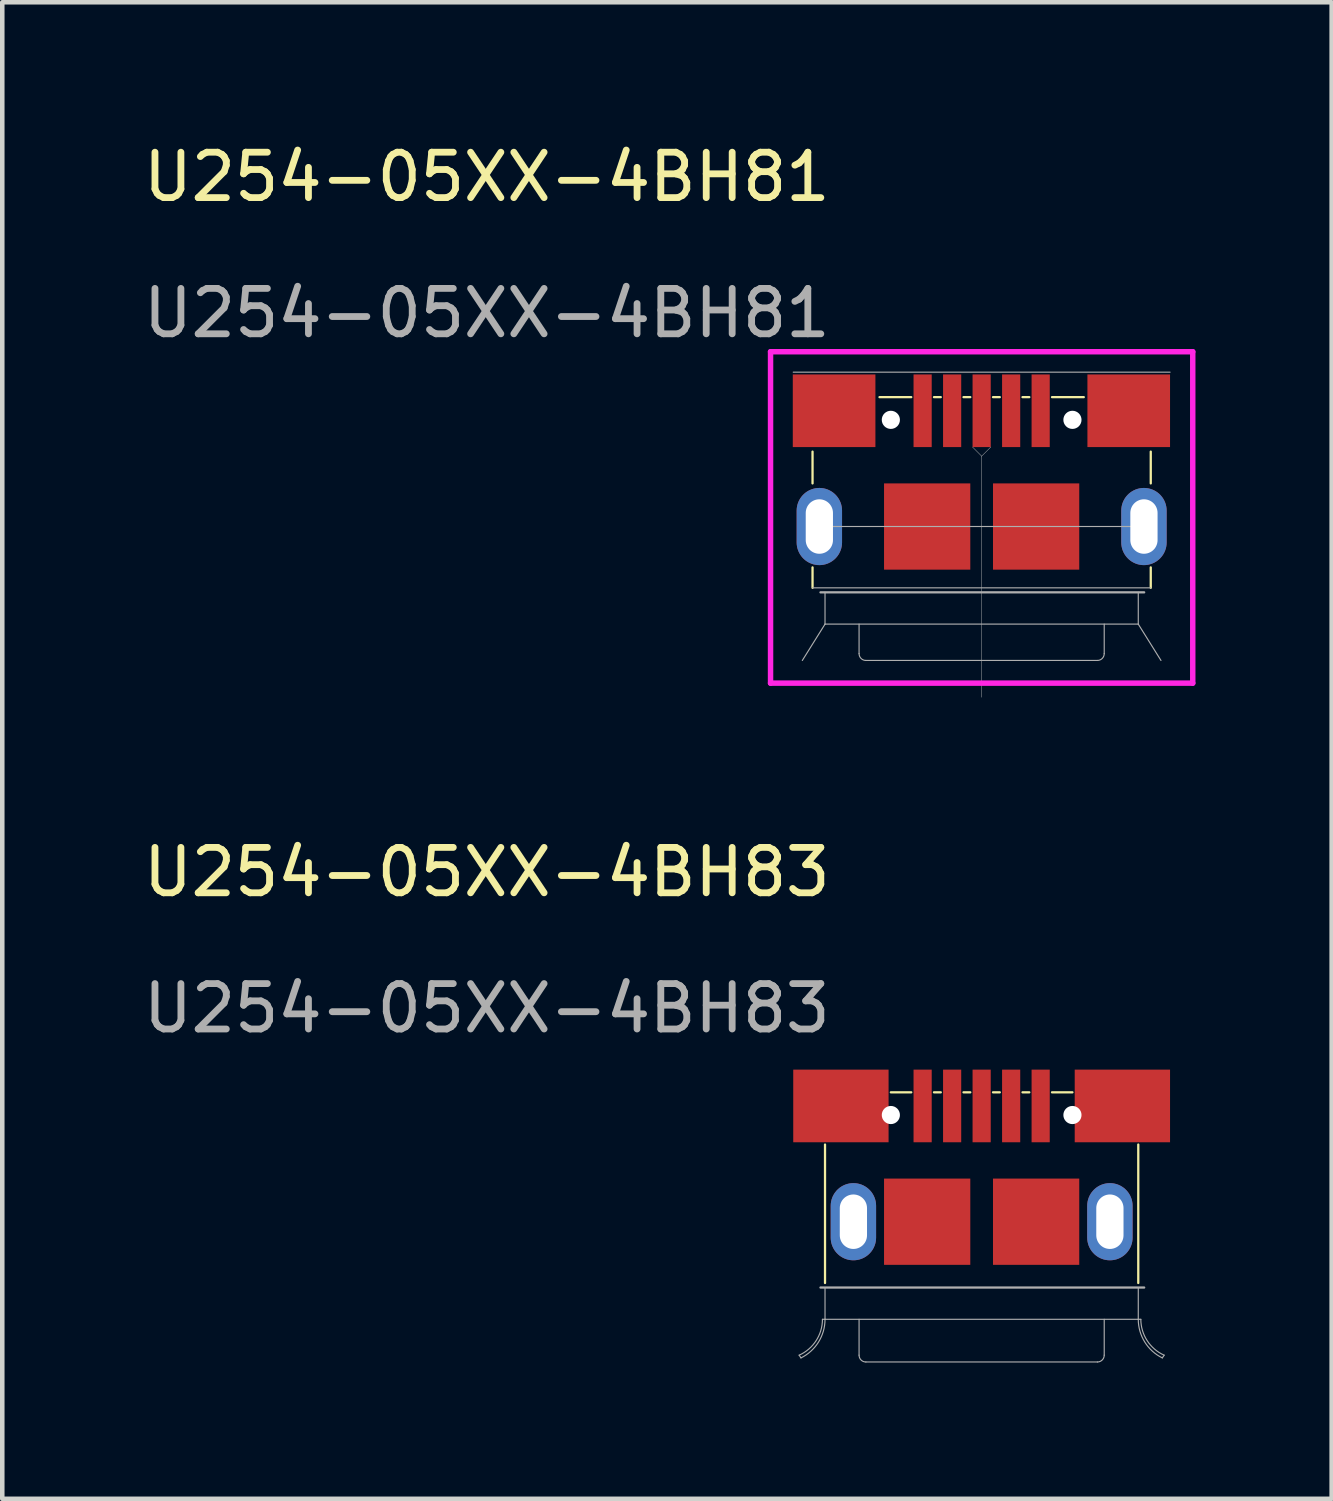
<source format=kicad_pcb>
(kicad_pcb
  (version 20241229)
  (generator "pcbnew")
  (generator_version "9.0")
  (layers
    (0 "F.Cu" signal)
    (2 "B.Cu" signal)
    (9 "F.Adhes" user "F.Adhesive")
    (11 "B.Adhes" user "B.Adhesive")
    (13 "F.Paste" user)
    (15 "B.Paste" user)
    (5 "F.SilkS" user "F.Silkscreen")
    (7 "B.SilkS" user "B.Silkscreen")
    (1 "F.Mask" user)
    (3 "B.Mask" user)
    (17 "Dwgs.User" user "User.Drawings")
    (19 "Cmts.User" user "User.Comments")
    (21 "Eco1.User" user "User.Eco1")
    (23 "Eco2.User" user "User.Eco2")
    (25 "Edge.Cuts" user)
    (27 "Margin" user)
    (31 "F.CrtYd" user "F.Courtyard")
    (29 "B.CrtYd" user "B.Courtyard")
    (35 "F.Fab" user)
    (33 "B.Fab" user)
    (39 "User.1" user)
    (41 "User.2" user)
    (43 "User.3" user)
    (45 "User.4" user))
  (footprint "U254-05XX-4BH81"
    (layer "F.Cu")
    (at 17.273 5.998)
    (property "Reference" "U254-05XX-4BH81" (at -9.6 -5.15 0) (unlocked yes) (layer "F.SilkS") (effects (font (size 1 1) (thickness 0.15))))
    (fp_line (start -2.425 1.6) (end -2.425 0.9) (stroke (width 0.05) (type solid)) (layer "F.SilkS"))
    (fp_line (start -2.425 3.9) (end -2.425 3.45) (stroke (width 0.05) (type solid)) (layer "F.SilkS"))
    (fp_line (start -0.95 -0.3) (end -0.25 -0.3) (stroke (width 0.05) (type solid)) (layer "F.SilkS"))
    (fp_line (start 0.25 -0.3) (end 0.4 -0.3) (stroke (width 0.05) (type solid)) (layer "F.SilkS"))
    (fp_line (start 0.9 -0.3) (end 1.05 -0.3) (stroke (width 0.05) (type solid)) (layer "F.SilkS"))
    (fp_line (start 1.55 -0.3) (end 1.7 -0.3) (stroke (width 0.05) (type solid)) (layer "F.SilkS"))
    (fp_line (start 2.2 -0.3) (end 2.35 -0.3) (stroke (width 0.05) (type solid)) (layer "F.SilkS"))
    (fp_line (start 2.85 -0.3) (end 3.55 -0.3) (stroke (width 0.05) (type solid)) (layer "F.SilkS"))
    (fp_line (start 5.025 1.6) (end 5.025 0.9) (stroke (width 0.05) (type solid)) (layer "F.SilkS"))
    (fp_line (start 5.025 3.9) (end 5.025 3.45) (stroke (width 0.05) (type solid)) (layer "F.SilkS"))
    (fp_line (start -3.35 -1.3) (end 5.95 -1.3) (stroke (width 0.12) (type solid)) (layer "F.CrtYd"))
    (fp_line (start -3.35 6) (end -3.35 -1.3) (stroke (width 0.12) (type solid)) (layer "F.CrtYd"))
    (fp_line (start 5.95 -1.3) (end 5.95 6) (stroke (width 0.12) (type solid)) (layer "F.CrtYd"))
    (fp_line (start 5.95 6) (end -3.35 6) (stroke (width 0.12) (type solid)) (layer "F.CrtYd"))
    (fp_line (start -2.85 -0.85) (end 5.45 -0.85) (stroke (width 0.025) (type solid)) (layer "F.Fab"))
    (fp_line (start -2.425 3.9) (end 5.025 3.9) (stroke (width 0.025) (type solid)) (layer "F.Fab"))
    (fp_line (start -2.275 2.1) (end -2.275 3) (stroke (width 0.15) (type solid)) (layer "F.Fab"))
    (fp_line (start -2.275 2.55) (end 1.3 2.55) (stroke (width 0.025) (type solid)) (layer "F.Fab"))
    (fp_line (start -2.15 4.7) (end -2.65 5.5) (stroke (width 0.025) (type solid)) (layer "F.Fab"))
    (fp_line (start -2.15 4.7) (end -2.15 4) (stroke (width 0.025) (type solid)) (layer "F.Fab"))
    (fp_line (start -2.15 4.7) (end 4.75 4.7) (stroke (width 0.025) (type solid)) (layer "F.Fab"))
    (fp_line (start -1.4 4.7) (end -1.4 5.35) (stroke (width 0.025) (type solid)) (layer "F.Fab"))
    (fp_line (start 1.1 0.8) (end 1.3 1) (stroke (width 0.01) (type solid)) (layer "F.Fab"))
    (fp_line (start 1.3 1) (end 1.3 6.31) (stroke (width 0.01) (type solid)) (layer "F.Fab"))
    (fp_line (start 1.3 2.55) (end 4.875 2.55) (stroke (width 0.025) (type solid)) (layer "F.Fab"))
    (fp_line (start 1.5 0.8) (end 1.3 1) (stroke (width 0.01) (type solid)) (layer "F.Fab"))
    (fp_line (start 3.85 5.5) (end -1.25 5.5) (stroke (width 0.025) (type solid)) (layer "F.Fab"))
    (fp_line (start 4 4.7) (end 4 5.35) (stroke (width 0.025) (type solid)) (layer "F.Fab"))
    (fp_line (start 4.75 4.7) (end 4.75 4) (stroke (width 0.025) (type solid)) (layer "F.Fab"))
    (fp_line (start 4.75 4.7) (end 5.25 5.5) (stroke (width 0.025) (type solid)) (layer "F.Fab"))
    (fp_line (start 4.875 2.1) (end 4.875 3) (stroke (width 0.15) (type solid)) (layer "F.Fab"))
    (fp_line (start 4.88 4) (end -2.25 4) (stroke (width 0.05) (type solid)) (layer "F.Fab"))
    (fp_arc (start -1.25 5.5) (mid -1.356066 5.456065) (end -1.399999 5.349999) (stroke (width 0.025) (type solid)) (layer "F.Fab"))
    (fp_arc (start 4.000001 5.350001) (mid 3.956066 5.456067) (end 3.85 5.5) (stroke (width 0.025) (type solid)) (layer "F.Fab"))
    (fp_text user "${REFERENCE}" (at -9.6 -2.15 0) (unlocked yes) (layer "F.Fab") (effects (font (size 1 1) (thickness 0.15))))
    (pad "" np_thru_hole circle (at -0.7 0.2) (size 0.4 0.4) (drill 0.4) (layers "*.Cu" "*.Mask"))
    (pad "" np_thru_hole circle (at 3.3 0.2) (size 0.4 0.4) (drill 0.4) (layers "*.Cu" "*.Mask"))
    (pad "1" smd rect (at 0 0) (size 0.4 1.6) (layers "F.Cu" "F.Mask" "F.Paste"))
    (pad "2" smd rect (at 0.65 0) (size 0.4 1.6) (layers "F.Cu" "F.Mask" "F.Paste"))
    (pad "3" smd rect (at 1.3 0) (size 0.4 1.6) (layers "F.Cu" "F.Mask" "F.Paste"))
    (pad "4" smd rect (at 1.95 0) (size 0.4 1.6) (layers "F.Cu" "F.Mask" "F.Paste"))
    (pad "5" smd rect (at 2.6 0) (size 0.4 1.6) (layers "F.Cu" "F.Mask" "F.Paste"))
    (pad "6" thru_hole oval (at -2.275 2.55) (size 1 1.7) (drill oval 0.6 1.2) (layers "*.Cu" "*.Mask"))
    (pad "6" smd rect (at -1.95 0) (size 1.82 1.6) (layers "F.Cu" "F.Mask" "F.Paste"))
    (pad "6" smd rect (at 0.1 2.55) (size 1.9 1.9) (layers "F.Cu" "F.Mask" "F.Paste"))
    (pad "6" smd rect (at 2.5 2.55) (size 1.9 1.9) (layers "F.Cu" "F.Mask" "F.Paste"))
    (pad "6" smd rect (at 4.54 0) (size 1.82 1.6) (layers "F.Cu" "F.Mask" "F.Paste"))
    (pad "6" thru_hole oval (at 4.875 2.55) (size 1 1.7) (drill oval 0.6 1.2) (layers "*.Cu" "*.Mask"))
    (zone (net_name "") (layers "F.Cu" "B.Cu") (name "protrude") (hatch edge 0.508) (connect_pads) (min_thickness 0.254) (filled_areas_thickness no) (keepout (tracks not_allowed) (vias not_allowed) (pads not_allowed) (copperpour not_allowed) (footprints not_allowed)) (placement (enabled no)) (fill) (polygon (pts (xy 22.523 11.638) (xy 14.623 11.638) (xy 14.623 9.998) (xy 22.523 9.998)))))
  (footprint "U254-05XX-4BH83"
    (layer "F.Cu")
    (at 17.273 21.311)
    (property "Reference" "U254-05XX-4BH83" (at -9.6 -5.15 0) (unlocked yes) (layer "F.SilkS") (effects (font (size 1 1) (thickness 0.15))))
    (fp_line (start -2.15 3.9) (end -2.15 0.85) (stroke (width 0.05) (type solid)) (layer "F.SilkS"))
    (fp_line (start -0.7 -0.3) (end -0.25 -0.3) (stroke (width 0.05) (type solid)) (layer "F.SilkS"))
    (fp_line (start 0.25 -0.3) (end 0.4 -0.3) (stroke (width 0.05) (type solid)) (layer "F.SilkS"))
    (fp_line (start 0.9 -0.3) (end 1.05 -0.3) (stroke (width 0.05) (type solid)) (layer "F.SilkS"))
    (fp_line (start 1.55 -0.3) (end 1.7 -0.3) (stroke (width 0.05) (type solid)) (layer "F.SilkS"))
    (fp_line (start 2.2 -0.3) (end 2.35 -0.3) (stroke (width 0.05) (type solid)) (layer "F.SilkS"))
    (fp_line (start 2.85 -0.3) (end 3.3 -0.3) (stroke (width 0.05) (type solid)) (layer "F.SilkS"))
    (fp_line (start 4.75 3.9) (end 4.75 0.85) (stroke (width 0.05) (type solid)) (layer "F.SilkS"))
    (fp_line (start -1.585 2.16) (end -1.585 2.94) (stroke (width 0.01) (type solid)) (layer "Dwgs.User"))
    (fp_line (start -1.465 2.16) (end -1.465 2.94) (stroke (width 0.01) (type solid)) (layer "Dwgs.User"))
    (fp_line (start 4.065 2.16) (end 4.065 2.94) (stroke (width 0.01) (type solid)) (layer "Dwgs.User"))
    (fp_line (start 4.185 2.16) (end 4.185 2.94) (stroke (width 0.01) (type solid)) (layer "Dwgs.User"))
    (fp_arc (start -1.585 2.16) (mid -1.525 2.1) (end -1.465 2.16) (stroke (width 0.01) (type solid)) (layer "Dwgs.User"))
    (fp_arc (start -1.465 2.94) (mid -1.525 3) (end -1.585 2.94) (stroke (width 0.01) (type solid)) (layer "Dwgs.User"))
    (fp_arc (start 4.065 2.16) (mid 4.125 2.1) (end 4.185 2.16) (stroke (width 0.01) (type solid)) (layer "Dwgs.User"))
    (fp_arc (start 4.185 2.94) (mid 4.125 3) (end 4.065 2.94) (stroke (width 0.01) (type solid)) (layer "Dwgs.User"))
    (fp_line (start -2.68 5.55) (end -2.72 5.49) (stroke (width 0.025) (type solid)) (layer "F.Fab"))
    (fp_line (start -2.15 4.7) (end -2.207 4.7) (stroke (width 0.025) (type solid)) (layer "F.Fab"))
    (fp_line (start -2.15 4.7) (end -2.15 4) (stroke (width 0.025) (type solid)) (layer "F.Fab"))
    (fp_line (start -2.15 4.7) (end 4.75 4.7) (stroke (width 0.025) (type solid)) (layer "F.Fab"))
    (fp_line (start -1.4 4.7) (end -1.4 5.49) (stroke (width 0.025) (type solid)) (layer "F.Fab"))
    (fp_line (start 3.85 5.64) (end -1.25 5.64) (stroke (width 0.025) (type solid)) (layer "F.Fab"))
    (fp_line (start 4 4.7) (end 4 5.49) (stroke (width 0.025) (type solid)) (layer "F.Fab"))
    (fp_line (start 4.75 4.7) (end 4.75 4) (stroke (width 0.025) (type solid)) (layer "F.Fab"))
    (fp_line (start 4.75 4.7) (end 4.807 4.7) (stroke (width 0.025) (type solid)) (layer "F.Fab"))
    (fp_line (start 4.88 4) (end -2.25 4) (stroke (width 0.05) (type solid)) (layer "F.Fab"))
    (fp_line (start 5.28 5.55) (end 5.32 5.49) (stroke (width 0.025) (type solid)) (layer "F.Fab"))
    (fp_arc (start -2.206645 4.7) (mid -2.346455 5.170942) (end -2.72 5.489999) (stroke (width 0.025) (type solid)) (layer "F.Fab"))
    (fp_arc (start -2.15 4.7) (mid -2.293355 5.200849) (end -2.68 5.55) (stroke (width 0.025) (type solid)) (layer "F.Fab"))
    (fp_arc (start -1.250001 5.640001) (mid -1.356067 5.596066) (end -1.4 5.49) (stroke (width 0.025) (type solid)) (layer "F.Fab"))
    (fp_arc (start 4.000001 5.490001) (mid 3.956066 5.596067) (end 3.85 5.64) (stroke (width 0.025) (type solid)) (layer "F.Fab"))
    (fp_arc (start 5.28 5.55) (mid 4.893355 5.200849) (end 4.75 4.7) (stroke (width 0.025) (type solid)) (layer "F.Fab"))
    (fp_arc (start 5.32 5.489999) (mid 4.946454 5.170942) (end 4.806645 4.7) (stroke (width 0.025) (type solid)) (layer "F.Fab"))
    (fp_text user "${REFERENCE}" (at -9.6 -2.15 0) (unlocked yes) (layer "F.Fab") (effects (font (size 1 1) (thickness 0.15))))
    (pad "" smd rect (at -1.8 0) (size 2.1 1.6) (layers "F.Cu" "F.Mask" "F.Paste"))
    (pad "" np_thru_hole circle (at -0.7 0.2) (size 0.4 0.4) (drill 0.4) (layers "*.Cu" "*.Mask"))
    (pad "" np_thru_hole circle (at 3.3 0.2) (size 0.4 0.4) (drill 0.4) (layers "*.Cu" "*.Mask"))
    (pad "" smd rect (at 4.4 0) (size 2.1 1.6) (layers "F.Cu" "F.Mask" "F.Paste"))
    (pad "1" smd rect (at 0 0) (size 0.4 1.6) (layers "F.Cu" "F.Mask" "F.Paste"))
    (pad "2" smd rect (at 0.65 0) (size 0.4 1.6) (layers "F.Cu" "F.Mask" "F.Paste"))
    (pad "3" smd rect (at 1.3 0) (size 0.4 1.6) (layers "F.Cu" "F.Mask" "F.Paste"))
    (pad "4" smd rect (at 1.95 0) (size 0.4 1.6) (layers "F.Cu" "F.Mask" "F.Paste"))
    (pad "5" smd rect (at 2.6 0) (size 0.4 1.6) (layers "F.Cu" "F.Mask" "F.Paste"))
    (pad "6" thru_hole oval (at -1.525 2.55) (size 1 1.7) (drill oval 0.6 1.2) (layers "*.Cu" "*.Mask"))
    (pad "6" smd rect (at 0.1 2.55) (size 1.9 1.9) (layers "F.Cu" "F.Mask" "F.Paste"))
    (pad "6" smd rect (at 2.5 2.55) (size 1.9 1.9) (layers "F.Cu" "F.Mask" "F.Paste"))
    (pad "6" thru_hole oval (at 4.125 2.55) (size 1 1.7) (drill oval 0.6 1.2) (layers "*.Cu" "*.Mask"))
    (zone (net_name "") (layers "F.Cu" "B.Cu") (name "protrude") (hatch edge 0.508) (connect_pads) (min_thickness 0.254) (filled_areas_thickness no) (keepout (tracks not_allowed) (vias not_allowed) (pads not_allowed) (copperpour not_allowed) (footprints not_allowed)) (placement (enabled no)) (fill) (polygon (pts (xy 22.023 26.951) (xy 15.123 26.951) (xy 15.123 25.311) (xy 22.023 25.311)))))
  (gr_rect
    (start -3 -3)
    (end 26.283 29.964)
    (stroke (width 0.1) (type default))
    (fill no)
    (layer "Edge.Cuts")))
</source>
